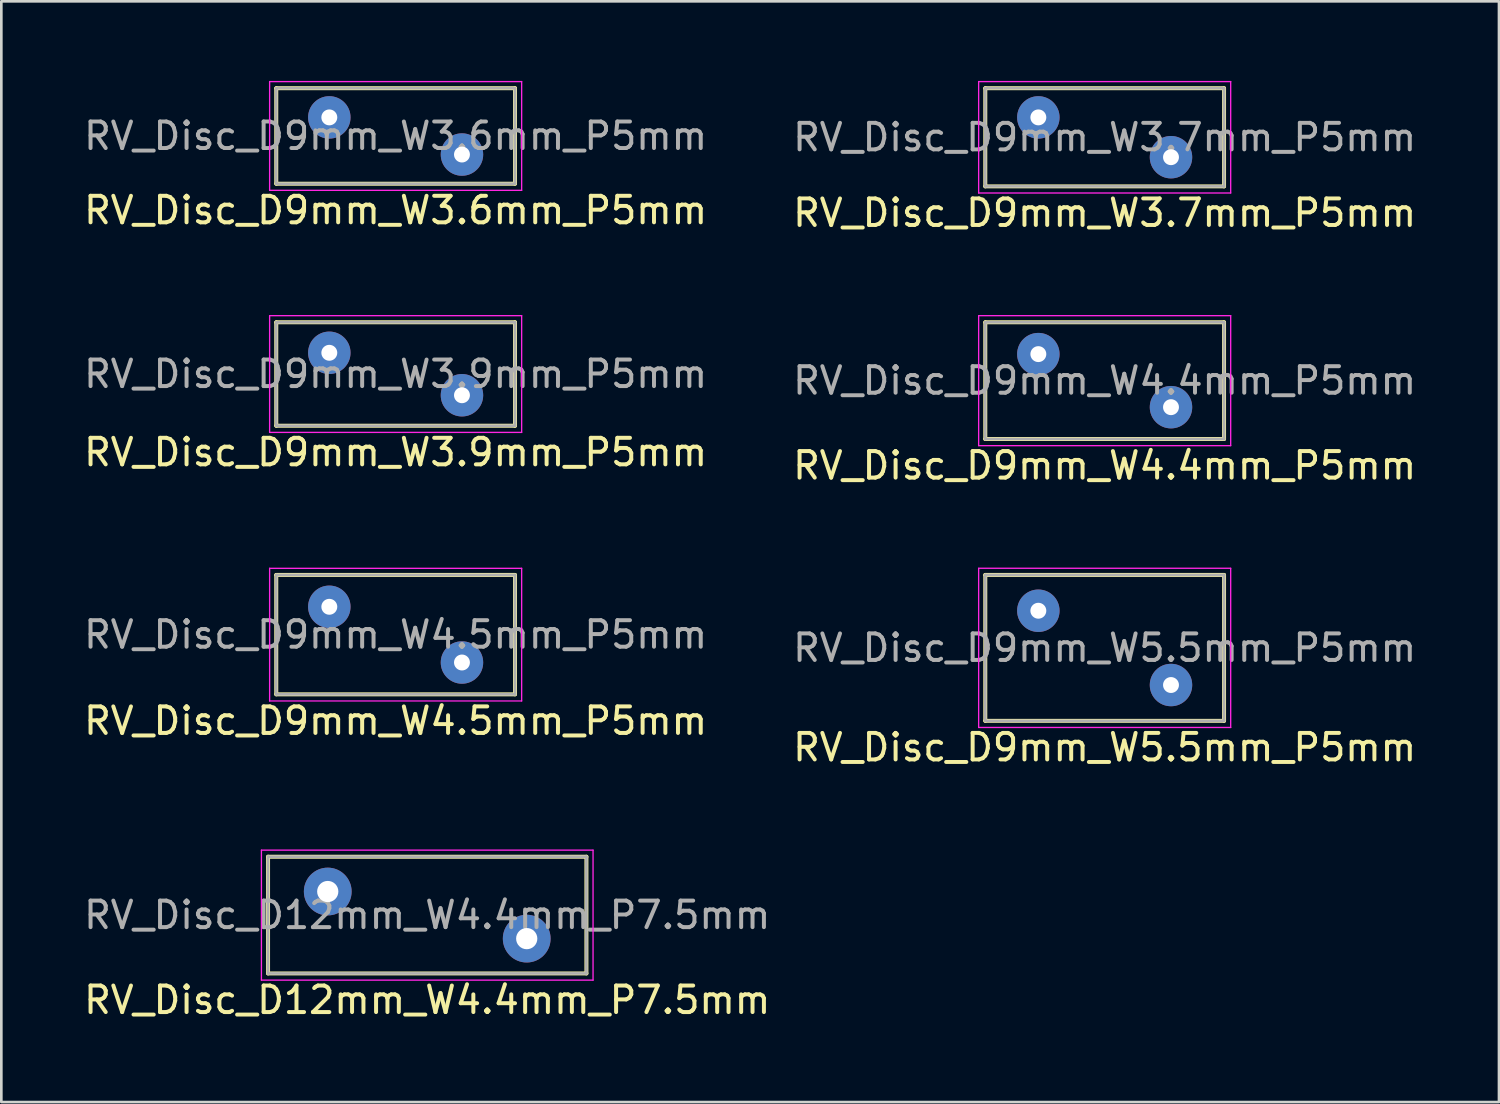
<source format=kicad_pcb>
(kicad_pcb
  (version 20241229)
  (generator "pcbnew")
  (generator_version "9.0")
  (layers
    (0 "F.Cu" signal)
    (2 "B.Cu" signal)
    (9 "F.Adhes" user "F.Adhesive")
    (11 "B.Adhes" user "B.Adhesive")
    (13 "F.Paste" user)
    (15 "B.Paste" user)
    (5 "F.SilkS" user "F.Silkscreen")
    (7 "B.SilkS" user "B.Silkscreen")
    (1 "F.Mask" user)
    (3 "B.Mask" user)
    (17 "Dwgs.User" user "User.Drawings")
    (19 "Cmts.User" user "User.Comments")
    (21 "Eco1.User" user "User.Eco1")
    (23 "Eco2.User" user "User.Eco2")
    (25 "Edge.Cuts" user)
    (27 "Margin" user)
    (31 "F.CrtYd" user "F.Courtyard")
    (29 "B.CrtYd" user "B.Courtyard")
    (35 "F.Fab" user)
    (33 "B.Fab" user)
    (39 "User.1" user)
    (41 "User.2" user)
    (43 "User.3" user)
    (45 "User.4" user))
  (footprint "RV_Disc_D9mm_W3.6mm_P5mm"
    (layer "F.Cu")
    (at 9.363 1.375)
    (property "Reference" "RV_Disc_D9mm_W3.6mm_P5mm" (at 2.5 3.5 0) (layer "F.SilkS") (effects (font (size 1 1) (thickness 0.15))))
    (attr through_hole)
    (fp_line (start -2 -1.1) (end -2 2.5) (stroke (width 0.15) (type solid)) (layer "F.SilkS"))
    (fp_line (start -2 -1.1) (end 7 -1.1) (stroke (width 0.15) (type solid)) (layer "F.SilkS"))
    (fp_line (start -2 2.5) (end 7 2.5) (stroke (width 0.15) (type solid)) (layer "F.SilkS"))
    (fp_line (start 7 -1.1) (end 7 2.5) (stroke (width 0.15) (type solid)) (layer "F.SilkS"))
    (fp_line (start -2.25 -1.35) (end -2.25 2.75) (stroke (width 0.05) (type solid)) (layer "F.CrtYd"))
    (fp_line (start -2.25 -1.35) (end 7.25 -1.35) (stroke (width 0.05) (type solid)) (layer "F.CrtYd"))
    (fp_line (start -2.25 2.75) (end 7.25 2.75) (stroke (width 0.05) (type solid)) (layer "F.CrtYd"))
    (fp_line (start 7.25 -1.35) (end 7.25 2.75) (stroke (width 0.05) (type solid)) (layer "F.CrtYd"))
    (fp_line (start -2 -1.1) (end -2 2.5) (stroke (width 0.1) (type solid)) (layer "F.Fab"))
    (fp_line (start -2 -1.1) (end 7 -1.1) (stroke (width 0.1) (type solid)) (layer "F.Fab"))
    (fp_line (start -2 2.5) (end 7 2.5) (stroke (width 0.1) (type solid)) (layer "F.Fab"))
    (fp_line (start 7 -1.1) (end 7 2.5) (stroke (width 0.1) (type solid)) (layer "F.Fab"))
    (fp_text user "${REFERENCE}" (at 2.5 0.7 0) (layer "F.Fab") (effects (font (size 1 1) (thickness 0.15))))
    (pad "1" thru_hole circle (at 0 0) (size 1.6 1.6) (drill 0.6) (layers "*.Cu" "*.Mask"))
    (pad "2" thru_hole circle (at 5 1.4) (size 1.6 1.6) (drill 0.6) (layers "*.Cu" "*.Mask")))
  (footprint "RV_Disc_D9mm_W4.4mm_P5mm"
    (layer "F.Cu")
    (at 36.089 10.298)
    (property "Reference" "RV_Disc_D9mm_W4.4mm_P5mm" (at 2.5 4.2 0) (layer "F.SilkS") (effects (font (size 1 1) (thickness 0.15))))
    (attr through_hole)
    (fp_line (start -2 -1.2) (end -2 3.2) (stroke (width 0.15) (type solid)) (layer "F.SilkS"))
    (fp_line (start -2 -1.2) (end 7 -1.2) (stroke (width 0.15) (type solid)) (layer "F.SilkS"))
    (fp_line (start -2 3.2) (end 7 3.2) (stroke (width 0.15) (type solid)) (layer "F.SilkS"))
    (fp_line (start 7 -1.2) (end 7 3.2) (stroke (width 0.15) (type solid)) (layer "F.SilkS"))
    (fp_line (start -2.25 -1.45) (end -2.25 3.45) (stroke (width 0.05) (type solid)) (layer "F.CrtYd"))
    (fp_line (start -2.25 -1.45) (end 7.25 -1.45) (stroke (width 0.05) (type solid)) (layer "F.CrtYd"))
    (fp_line (start -2.25 3.45) (end 7.25 3.45) (stroke (width 0.05) (type solid)) (layer "F.CrtYd"))
    (fp_line (start 7.25 -1.45) (end 7.25 3.45) (stroke (width 0.05) (type solid)) (layer "F.CrtYd"))
    (fp_line (start -2 -1.2) (end -2 3.2) (stroke (width 0.1) (type solid)) (layer "F.Fab"))
    (fp_line (start -2 -1.2) (end 7 -1.2) (stroke (width 0.1) (type solid)) (layer "F.Fab"))
    (fp_line (start -2 3.2) (end 7 3.2) (stroke (width 0.1) (type solid)) (layer "F.Fab"))
    (fp_line (start 7 -1.2) (end 7 3.2) (stroke (width 0.1) (type solid)) (layer "F.Fab"))
    (fp_text user "${REFERENCE}" (at 2.5 1 0) (layer "F.Fab") (effects (font (size 1 1) (thickness 0.15))))
    (pad "1" thru_hole circle (at 0 0) (size 1.6 1.6) (drill 0.6) (layers "*.Cu" "*.Mask"))
    (pad "2" thru_hole circle (at 5 2) (size 1.6 1.6) (drill 0.6) (layers "*.Cu" "*.Mask")))
  (footprint "RV_Disc_D9mm_W4.5mm_P5mm"
    (layer "F.Cu")
    (at 9.363 19.822)
    (property "Reference" "RV_Disc_D9mm_W4.5mm_P5mm" (at 2.5 4.3 0) (layer "F.SilkS") (effects (font (size 1 1) (thickness 0.15))))
    (attr through_hole)
    (fp_line (start -2 -1.2) (end -2 3.3) (stroke (width 0.15) (type solid)) (layer "F.SilkS"))
    (fp_line (start -2 -1.2) (end 7 -1.2) (stroke (width 0.15) (type solid)) (layer "F.SilkS"))
    (fp_line (start -2 3.3) (end 7 3.3) (stroke (width 0.15) (type solid)) (layer "F.SilkS"))
    (fp_line (start 7 -1.2) (end 7 3.3) (stroke (width 0.15) (type solid)) (layer "F.SilkS"))
    (fp_line (start -2.25 -1.45) (end -2.25 3.55) (stroke (width 0.05) (type solid)) (layer "F.CrtYd"))
    (fp_line (start -2.25 -1.45) (end 7.25 -1.45) (stroke (width 0.05) (type solid)) (layer "F.CrtYd"))
    (fp_line (start -2.25 3.55) (end 7.25 3.55) (stroke (width 0.05) (type solid)) (layer "F.CrtYd"))
    (fp_line (start 7.25 -1.45) (end 7.25 3.55) (stroke (width 0.05) (type solid)) (layer "F.CrtYd"))
    (fp_line (start -2 -1.2) (end -2 3.3) (stroke (width 0.1) (type solid)) (layer "F.Fab"))
    (fp_line (start -2 -1.2) (end 7 -1.2) (stroke (width 0.1) (type solid)) (layer "F.Fab"))
    (fp_line (start -2 3.3) (end 7 3.3) (stroke (width 0.1) (type solid)) (layer "F.Fab"))
    (fp_line (start 7 -1.2) (end 7 3.3) (stroke (width 0.1) (type solid)) (layer "F.Fab"))
    (fp_text user "${REFERENCE}" (at 2.5 1.05 0) (layer "F.Fab") (effects (font (size 1 1) (thickness 0.15))))
    (pad "1" thru_hole circle (at 0 0) (size 1.6 1.6) (drill 0.6) (layers "*.Cu" "*.Mask"))
    (pad "2" thru_hole circle (at 5 2.1) (size 1.6 1.6) (drill 0.6) (layers "*.Cu" "*.Mask")))
  (footprint "RV_Disc_D12mm_W4.4mm_P7.5mm"
    (layer "F.Cu")
    (at 9.304 30.555)
    (property "Reference" "RV_Disc_D12mm_W4.4mm_P7.5mm" (at 3.75 4.088 0) (layer "F.SilkS") (effects (font (size 1 1) (thickness 0.15))))
    (attr through_hole)
    (fp_line (start -2.25 -1.312) (end -2.25 3.087) (stroke (width 0.15) (type solid)) (layer "F.SilkS"))
    (fp_line (start -2.25 -1.312) (end 9.75 -1.312) (stroke (width 0.15) (type solid)) (layer "F.SilkS"))
    (fp_line (start -2.25 3.087) (end 9.75 3.087) (stroke (width 0.15) (type solid)) (layer "F.SilkS"))
    (fp_line (start 9.75 -1.312) (end 9.75 3.087) (stroke (width 0.15) (type solid)) (layer "F.SilkS"))
    (fp_line (start -2.5 -1.56) (end -2.5 3.34) (stroke (width 0.05) (type solid)) (layer "F.CrtYd"))
    (fp_line (start -2.5 -1.56) (end 10 -1.56) (stroke (width 0.05) (type solid)) (layer "F.CrtYd"))
    (fp_line (start -2.5 3.34) (end 10 3.34) (stroke (width 0.05) (type solid)) (layer "F.CrtYd"))
    (fp_line (start 10 -1.56) (end 10 3.34) (stroke (width 0.05) (type solid)) (layer "F.CrtYd"))
    (fp_line (start -2.25 -1.312) (end -2.25 3.087) (stroke (width 0.1) (type solid)) (layer "F.Fab"))
    (fp_line (start -2.25 -1.312) (end 9.75 -1.312) (stroke (width 0.1) (type solid)) (layer "F.Fab"))
    (fp_line (start -2.25 3.087) (end 9.75 3.087) (stroke (width 0.1) (type solid)) (layer "F.Fab"))
    (fp_line (start 9.75 -1.312) (end 9.75 3.087) (stroke (width 0.1) (type solid)) (layer "F.Fab"))
    (fp_text user "${REFERENCE}" (at 3.75 0.887 0) (layer "F.Fab") (effects (font (size 1 1) (thickness 0.15))))
    (pad "1" thru_hole circle (at 0 0) (size 1.8 1.8) (drill 0.8) (layers "*.Cu" "*.Mask"))
    (pad "2" thru_hole circle (at 7.5 1.775) (size 1.8 1.8) (drill 0.8) (layers "*.Cu" "*.Mask")))
  (footprint "RV_Disc_D9mm_W5.5mm_P5mm"
    (layer "F.Cu")
    (at 36.089 19.971)
    (property "Reference" "RV_Disc_D9mm_W5.5mm_P5mm" (at 2.5 5.15 0) (layer "F.SilkS") (effects (font (size 1 1) (thickness 0.15))))
    (attr through_hole)
    (fp_line (start -2 -1.35) (end -2 4.15) (stroke (width 0.15) (type solid)) (layer "F.SilkS"))
    (fp_line (start -2 -1.35) (end 7 -1.35) (stroke (width 0.15) (type solid)) (layer "F.SilkS"))
    (fp_line (start -2 4.15) (end 7 4.15) (stroke (width 0.15) (type solid)) (layer "F.SilkS"))
    (fp_line (start 7 -1.35) (end 7 4.15) (stroke (width 0.15) (type solid)) (layer "F.SilkS"))
    (fp_line (start -2.25 -1.6) (end -2.25 4.4) (stroke (width 0.05) (type solid)) (layer "F.CrtYd"))
    (fp_line (start -2.25 -1.6) (end 7.25 -1.6) (stroke (width 0.05) (type solid)) (layer "F.CrtYd"))
    (fp_line (start -2.25 4.4) (end 7.25 4.4) (stroke (width 0.05) (type solid)) (layer "F.CrtYd"))
    (fp_line (start 7.25 -1.6) (end 7.25 4.4) (stroke (width 0.05) (type solid)) (layer "F.CrtYd"))
    (fp_line (start -2 -1.35) (end -2 4.15) (stroke (width 0.1) (type solid)) (layer "F.Fab"))
    (fp_line (start -2 -1.35) (end 7 -1.35) (stroke (width 0.1) (type solid)) (layer "F.Fab"))
    (fp_line (start -2 4.15) (end 7 4.15) (stroke (width 0.1) (type solid)) (layer "F.Fab"))
    (fp_line (start 7 -1.35) (end 7 4.15) (stroke (width 0.1) (type solid)) (layer "F.Fab"))
    (fp_text user "${REFERENCE}" (at 2.5 1.4 0) (layer "F.Fab") (effects (font (size 1 1) (thickness 0.15))))
    (pad "1" thru_hole circle (at 0 0) (size 1.6 1.6) (drill 0.6) (layers "*.Cu" "*.Mask"))
    (pad "2" thru_hole circle (at 5 2.8) (size 1.6 1.6) (drill 0.6) (layers "*.Cu" "*.Mask")))
  (footprint "RV_Disc_D9mm_W3.7mm_P5mm"
    (layer "F.Cu")
    (at 36.089 1.375)
    (property "Reference" "RV_Disc_D9mm_W3.7mm_P5mm" (at 2.5 3.6 0) (layer "F.SilkS") (effects (font (size 1 1) (thickness 0.15))))
    (attr through_hole)
    (fp_line (start -2 -1.1) (end -2 2.6) (stroke (width 0.15) (type solid)) (layer "F.SilkS"))
    (fp_line (start -2 -1.1) (end 7 -1.1) (stroke (width 0.15) (type solid)) (layer "F.SilkS"))
    (fp_line (start -2 2.6) (end 7 2.6) (stroke (width 0.15) (type solid)) (layer "F.SilkS"))
    (fp_line (start 7 -1.1) (end 7 2.6) (stroke (width 0.15) (type solid)) (layer "F.SilkS"))
    (fp_line (start -2.25 -1.35) (end -2.25 2.85) (stroke (width 0.05) (type solid)) (layer "F.CrtYd"))
    (fp_line (start -2.25 -1.35) (end 7.25 -1.35) (stroke (width 0.05) (type solid)) (layer "F.CrtYd"))
    (fp_line (start -2.25 2.85) (end 7.25 2.85) (stroke (width 0.05) (type solid)) (layer "F.CrtYd"))
    (fp_line (start 7.25 -1.35) (end 7.25 2.85) (stroke (width 0.05) (type solid)) (layer "F.CrtYd"))
    (fp_line (start -2 -1.1) (end -2 2.6) (stroke (width 0.1) (type solid)) (layer "F.Fab"))
    (fp_line (start -2 -1.1) (end 7 -1.1) (stroke (width 0.1) (type solid)) (layer "F.Fab"))
    (fp_line (start -2 2.6) (end 7 2.6) (stroke (width 0.1) (type solid)) (layer "F.Fab"))
    (fp_line (start 7 -1.1) (end 7 2.6) (stroke (width 0.1) (type solid)) (layer "F.Fab"))
    (fp_text user "${REFERENCE}" (at 2.5 0.75 0) (layer "F.Fab") (effects (font (size 1 1) (thickness 0.15))))
    (pad "1" thru_hole circle (at 0 0) (size 1.6 1.6) (drill 0.6) (layers "*.Cu" "*.Mask"))
    (pad "2" thru_hole circle (at 5 1.5) (size 1.6 1.6) (drill 0.6) (layers "*.Cu" "*.Mask")))
  (footprint "RV_Disc_D9mm_W3.9mm_P5mm"
    (layer "F.Cu")
    (at 9.363 10.248)
    (property "Reference" "RV_Disc_D9mm_W3.9mm_P5mm" (at 2.5 3.75 0) (layer "F.SilkS") (effects (font (size 1 1) (thickness 0.15))))
    (attr through_hole)
    (fp_line (start -2 -1.15) (end -2 2.75) (stroke (width 0.15) (type solid)) (layer "F.SilkS"))
    (fp_line (start -2 -1.15) (end 7 -1.15) (stroke (width 0.15) (type solid)) (layer "F.SilkS"))
    (fp_line (start -2 2.75) (end 7 2.75) (stroke (width 0.15) (type solid)) (layer "F.SilkS"))
    (fp_line (start 7 -1.15) (end 7 2.75) (stroke (width 0.15) (type solid)) (layer "F.SilkS"))
    (fp_line (start -2.25 -1.4) (end -2.25 3) (stroke (width 0.05) (type solid)) (layer "F.CrtYd"))
    (fp_line (start -2.25 -1.4) (end 7.25 -1.4) (stroke (width 0.05) (type solid)) (layer "F.CrtYd"))
    (fp_line (start -2.25 3) (end 7.25 3) (stroke (width 0.05) (type solid)) (layer "F.CrtYd"))
    (fp_line (start 7.25 -1.4) (end 7.25 3) (stroke (width 0.05) (type solid)) (layer "F.CrtYd"))
    (fp_line (start -2 -1.15) (end -2 2.75) (stroke (width 0.1) (type solid)) (layer "F.Fab"))
    (fp_line (start -2 -1.15) (end 7 -1.15) (stroke (width 0.1) (type solid)) (layer "F.Fab"))
    (fp_line (start -2 2.75) (end 7 2.75) (stroke (width 0.1) (type solid)) (layer "F.Fab"))
    (fp_line (start 7 -1.15) (end 7 2.75) (stroke (width 0.1) (type solid)) (layer "F.Fab"))
    (fp_text user "${REFERENCE}" (at 2.5 0.8 0) (layer "F.Fab") (effects (font (size 1 1) (thickness 0.15))))
    (pad "1" thru_hole circle (at 0 0) (size 1.6 1.6) (drill 0.6) (layers "*.Cu" "*.Mask"))
    (pad "2" thru_hole circle (at 5 1.6) (size 1.6 1.6) (drill 0.6) (layers "*.Cu" "*.Mask")))
  (gr_rect
    (start -3 -3)
    (end 53.452 38.49)
    (stroke (width 0.1) (type default))
    (fill no)
    (layer "Edge.Cuts")))
</source>
